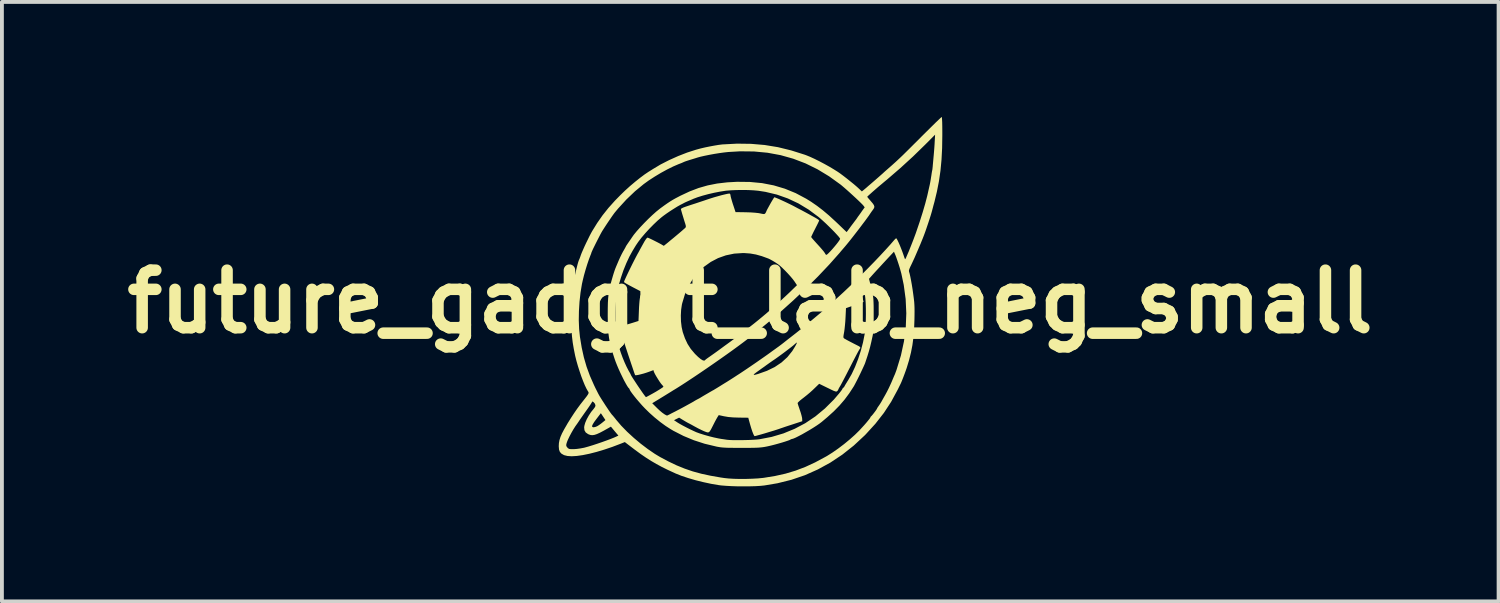
<source format=kicad_pcb>
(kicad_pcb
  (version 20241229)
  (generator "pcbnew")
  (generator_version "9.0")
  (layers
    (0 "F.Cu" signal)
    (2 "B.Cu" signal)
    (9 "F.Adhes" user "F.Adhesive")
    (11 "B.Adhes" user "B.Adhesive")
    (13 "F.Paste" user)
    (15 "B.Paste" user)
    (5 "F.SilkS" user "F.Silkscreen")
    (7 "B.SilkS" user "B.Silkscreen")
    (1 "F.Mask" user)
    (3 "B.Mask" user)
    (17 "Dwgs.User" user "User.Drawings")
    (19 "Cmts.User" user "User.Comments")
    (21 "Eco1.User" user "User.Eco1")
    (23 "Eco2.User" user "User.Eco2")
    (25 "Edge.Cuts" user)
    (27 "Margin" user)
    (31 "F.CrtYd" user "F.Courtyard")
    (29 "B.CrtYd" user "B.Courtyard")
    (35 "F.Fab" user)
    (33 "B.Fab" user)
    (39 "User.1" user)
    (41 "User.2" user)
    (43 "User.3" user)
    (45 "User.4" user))
  (footprint "future_gadget_lab_neg_small"
    (layer "F.Cu")
    (at 16.514 4.817)
    (property "Reference" "future_gadget_lab_neg_small" (at 0 0 0) (layer "F.SilkS") (effects (font (size 1.5 1.5) (thickness 0.3))))
    (attr board_only exclude_from_pos_files exclude_from_bom)
    (fp_poly (pts (xy 4.998 -4.801) (xy 5.002 -4.754) (xy 5.006 -4.676) (xy 5.008 -4.569) (xy 5.009 -4.434) (xy 5.009 -4.331) (xy 5.004 -4.004) (xy 4.988 -3.701) (xy 4.961 -3.416) (xy 4.921 -3.141) (xy 4.868 -2.87) (xy 4.802 -2.596) (xy 4.799 -2.586) (xy 4.779 -2.514) (xy 4.76 -2.442) (xy 4.745 -2.385) (xy 4.745 -2.384) (xy 4.727 -2.32) (xy 4.705 -2.246) (xy 4.677 -2.158) (xy 4.642 -2.051) (xy 4.598 -1.921) (xy 4.575 -1.854) (xy 4.556 -1.801) (xy 4.529 -1.728) (xy 4.497 -1.646) (xy 4.464 -1.566) (xy 4.436 -1.496) (xy 4.431 -1.485) (xy 4.418 -1.455) (xy 4.397 -1.406) (xy 4.372 -1.346) (xy 4.366 -1.333) (xy 4.287 -1.15) (xy 4.209 -0.982) (xy 4.174 -0.91) (xy 4.149 -0.852) (xy 4.138 -0.812) (xy 4.141 -0.782) (xy 4.143 -0.777) (xy 4.157 -0.729) (xy 4.174 -0.655) (xy 4.193 -0.559) (xy 4.213 -0.447) (xy 4.233 -0.323) (xy 4.251 -0.194) (xy 4.255 -0.164) (xy 4.267 -0.073) (xy 4.276 0.007) (xy 4.281 0.083) (xy 4.284 0.163) (xy 4.285 0.253) (xy 4.284 0.361) (xy 4.282 0.478) (xy 4.273 0.716) (xy 4.256 0.932) (xy 4.229 1.133) (xy 4.191 1.329) (xy 4.141 1.528) (xy 4.077 1.738) (xy 4.075 1.742) (xy 4.055 1.8) (xy 4.029 1.872) (xy 4 1.949) (xy 3.971 2.024) (xy 3.945 2.088) (xy 3.925 2.134) (xy 3.918 2.148) (xy 3.905 2.174) (xy 3.882 2.221) (xy 3.853 2.28) (xy 3.838 2.309) (xy 3.674 2.612) (xy 3.484 2.902) (xy 3.265 3.182) (xy 3.017 3.454) (xy 2.987 3.485) (xy 2.7 3.752) (xy 2.401 3.989) (xy 2.09 4.196) (xy 1.765 4.374) (xy 1.428 4.524) (xy 1.076 4.644) (xy 0.711 4.735) (xy 0.373 4.792) (xy 0.266 4.803) (xy 0.134 4.811) (xy -0.014 4.815) (xy -0.173 4.816) (xy -0.334 4.815) (xy -0.489 4.81) (xy -0.632 4.802) (xy -0.756 4.792) (xy -0.819 4.784) (xy -1.018 4.75) (xy -1.223 4.706) (xy -1.425 4.656) (xy -1.619 4.599) (xy -1.796 4.54) (xy -1.949 4.479) (xy -1.972 4.468) (xy -2.148 4.387) (xy -2.304 4.31) (xy -2.446 4.233) (xy -2.582 4.154) (xy -2.716 4.069) (xy -2.856 3.973) (xy -3.006 3.863) (xy -3.174 3.735) (xy -3.182 3.729) (xy -3.27 3.661) (xy -3.373 3.702) (xy -3.594 3.786) (xy -3.807 3.858) (xy -4.008 3.918) (xy -4.196 3.966) (xy -4.368 4.001) (xy -4.522 4.023) (xy -4.655 4.031) (xy -4.765 4.024) (xy -4.85 4.003) (xy -4.858 4) (xy -4.923 3.963) (xy -4.964 3.917) (xy -4.986 3.857) (xy -4.993 3.774) (xy -4.993 3.766) (xy -4.992 3.742) (xy -4.799 3.742) (xy -4.793 3.768) (xy -4.784 3.785) (xy -4.753 3.821) (xy -4.72 3.84) (xy -4.672 3.846) (xy -4.601 3.846) (xy -4.515 3.839) (xy -4.424 3.826) (xy -4.334 3.809) (xy -4.311 3.803) (xy -4.221 3.778) (xy -4.113 3.745) (xy -3.994 3.706) (xy -3.871 3.664) (xy -3.751 3.621) (xy -3.641 3.58) (xy -3.549 3.543) (xy -3.489 3.516) (xy -3.438 3.492) (xy -3.536 3.376) (xy -3.633 3.259) (xy -3.707 3.301) (xy -3.825 3.367) (xy -3.92 3.417) (xy -3.997 3.452) (xy -4.06 3.473) (xy -4.112 3.481) (xy -4.159 3.478) (xy -4.203 3.464) (xy -4.229 3.453) (xy -4.29 3.41) (xy -4.323 3.353) (xy -4.331 3.278) (xy -4.326 3.24) (xy -4.124 3.24) (xy -4.12 3.265) (xy -4.096 3.275) (xy -4.085 3.275) (xy -4.043 3.268) (xy -3.995 3.25) (xy -3.993 3.249) (xy -3.953 3.224) (xy -3.901 3.188) (xy -3.859 3.155) (xy -3.776 3.087) (xy -3.835 2.998) (xy -3.895 2.908) (xy -4.011 3.059) (xy -4.07 3.139) (xy -4.107 3.199) (xy -4.124 3.24) (xy -4.326 3.24) (xy -4.326 3.239) (xy -4.304 3.16) (xy -4.264 3.067) (xy -4.21 2.969) (xy -4.148 2.875) (xy -4.082 2.794) (xy -4.045 2.743) (xy -4.036 2.701) (xy -4.053 2.658) (xy -4.057 2.652) (xy -4.087 2.619) (xy -4.112 2.604) (xy -4.125 2.609) (xy -4.126 2.615) (xy -4.135 2.634) (xy -4.16 2.673) (xy -4.197 2.729) (xy -4.243 2.795) (xy -4.267 2.829) (xy -4.321 2.905) (xy -4.373 2.979) (xy -4.417 3.042) (xy -4.449 3.088) (xy -4.456 3.099) (xy -4.485 3.142) (xy -4.508 3.176) (xy -4.516 3.187) (xy -4.561 3.25) (xy -4.613 3.332) (xy -4.666 3.424) (xy -4.715 3.517) (xy -4.755 3.601) (xy -4.778 3.658) (xy -4.794 3.709) (xy -4.799 3.742) (xy -4.992 3.742) (xy -4.989 3.689) (xy -4.975 3.611) (xy -4.949 3.528) (xy -4.909 3.436) (xy -4.853 3.33) (xy -4.78 3.204) (xy -4.763 3.174) (xy -4.673 3.03) (xy -4.592 2.906) (xy -4.514 2.793) (xy -4.433 2.683) (xy -4.375 2.609) (xy -4.312 2.529) (xy -4.266 2.47) (xy -4.237 2.428) (xy -4.22 2.398) (xy -4.215 2.376) (xy -4.218 2.358) (xy -4.229 2.34) (xy -4.234 2.333) (xy -4.271 2.268) (xy -4.314 2.178) (xy -4.359 2.069) (xy -4.406 1.945) (xy -4.451 1.812) (xy -4.494 1.677) (xy -4.532 1.544) (xy -4.563 1.42) (xy -4.568 1.397) (xy -4.602 1.226) (xy -4.629 1.066) (xy -4.648 0.908) (xy -4.661 0.745) (xy -4.669 0.568) (xy -4.67 0.485) (xy -4.471 0.485) (xy -4.462 0.712) (xy -4.441 0.915) (xy -4.395 1.196) (xy -4.338 1.454) (xy -4.267 1.698) (xy -4.18 1.935) (xy -4.075 2.173) (xy -4.037 2.253) (xy -3.998 2.33) (xy -3.97 2.386) (xy -3.946 2.431) (xy -3.922 2.473) (xy -3.893 2.519) (xy -3.855 2.58) (xy -3.826 2.624) (xy -3.774 2.705) (xy -3.723 2.781) (xy -3.677 2.85) (xy -3.638 2.905) (xy -3.611 2.941) (xy -3.599 2.954) (xy -3.585 2.969) (xy -3.556 3.004) (xy -3.517 3.052) (xy -3.493 3.083) (xy -3.363 3.235) (xy -3.209 3.393) (xy -3.037 3.551) (xy -2.856 3.703) (xy -2.67 3.844) (xy -2.487 3.969) (xy -2.352 4.05) (xy -2.132 4.167) (xy -1.92 4.268) (xy -1.711 4.353) (xy -1.498 4.426) (xy -1.274 4.487) (xy -1.033 4.539) (xy -0.769 4.585) (xy -0.674 4.599) (xy -0.561 4.611) (xy -0.423 4.619) (xy -0.27 4.623) (xy -0.11 4.622) (xy 0.048 4.617) (xy 0.198 4.609) (xy 0.33 4.596) (xy 0.355 4.593) (xy 0.649 4.545) (xy 0.922 4.484) (xy 1.182 4.406) (xy 1.437 4.309) (xy 1.692 4.191) (xy 1.957 4.049) (xy 2.005 4.022) (xy 2.143 3.935) (xy 2.294 3.83) (xy 2.447 3.714) (xy 2.595 3.592) (xy 2.73 3.472) (xy 2.843 3.361) (xy 2.91 3.288) (xy 2.975 3.217) (xy 3.033 3.15) (xy 3.08 3.093) (xy 3.114 3.05) (xy 3.13 3.024) (xy 3.131 3.021) (xy 3.143 2.998) (xy 3.151 2.991) (xy 3.169 2.973) (xy 3.199 2.938) (xy 3.233 2.894) (xy 3.267 2.849) (xy 3.293 2.811) (xy 3.307 2.788) (xy 3.307 2.785) (xy 3.316 2.767) (xy 3.338 2.735) (xy 3.346 2.724) (xy 3.381 2.673) (xy 3.414 2.62) (xy 3.416 2.617) (xy 3.437 2.579) (xy 3.469 2.522) (xy 3.507 2.455) (xy 3.529 2.416) (xy 3.571 2.338) (xy 3.618 2.244) (xy 3.662 2.148) (xy 3.686 2.095) (xy 3.716 2.023) (xy 3.743 1.959) (xy 3.764 1.911) (xy 3.775 1.887) (xy 3.787 1.854) (xy 3.806 1.804) (xy 3.819 1.766) (xy 3.93 1.401) (xy 4.009 1.035) (xy 4.056 0.668) (xy 4.07 0.301) (xy 4.053 -0.068) (xy 4.003 -0.438) (xy 3.941 -0.731) (xy 3.922 -0.801) (xy 3.897 -0.889) (xy 3.867 -0.984) (xy 3.836 -1.077) (xy 3.807 -1.16) (xy 3.783 -1.223) (xy 3.778 -1.233) (xy 3.748 -1.303) (xy 3.652 -1.201) (xy 3.598 -1.143) (xy 3.531 -1.071) (xy 3.456 -0.99) (xy 3.378 -0.905) (xy 3.303 -0.824) (xy 3.236 -0.751) (xy 3.182 -0.691) (xy 3.157 -0.663) (xy 3.097 -0.596) (xy 3.129 -0.471) (xy 3.156 -0.368) (xy 3.176 -0.282) (xy 3.192 -0.208) (xy 3.203 -0.139) (xy 3.211 -0.068) (xy 3.215 0.01) (xy 3.218 0.102) (xy 3.219 0.215) (xy 3.219 0.337) (xy 3.219 0.475) (xy 3.217 0.587) (xy 3.215 0.675) (xy 3.211 0.747) (xy 3.206 0.806) (xy 3.198 0.858) (xy 3.19 0.899) (xy 3.157 1.05) (xy 3.126 1.18) (xy 3.093 1.299) (xy 3.057 1.417) (xy 3.014 1.546) (xy 2.994 1.606) (xy 2.977 1.646) (xy 2.949 1.708) (xy 2.913 1.785) (xy 2.872 1.872) (xy 2.828 1.962) (xy 2.785 2.048) (xy 2.746 2.123) (xy 2.715 2.182) (xy 2.698 2.212) (xy 2.582 2.39) (xy 2.46 2.554) (xy 2.327 2.709) (xy 2.178 2.861) (xy 2.007 3.015) (xy 1.862 3.137) (xy 1.803 3.182) (xy 1.727 3.234) (xy 1.64 3.29) (xy 1.545 3.348) (xy 1.448 3.404) (xy 1.354 3.458) (xy 1.266 3.504) (xy 1.191 3.542) (xy 1.131 3.568) (xy 1.093 3.58) (xy 1.088 3.58) (xy 1.057 3.59) (xy 1.051 3.595) (xy 1.027 3.608) (xy 0.977 3.626) (xy 0.908 3.649) (xy 0.824 3.675) (xy 0.733 3.701) (xy 0.639 3.727) (xy 0.549 3.75) (xy 0.467 3.769) (xy 0.434 3.776) (xy 0.377 3.787) (xy 0.325 3.795) (xy 0.272 3.801) (xy 0.213 3.806) (xy 0.143 3.809) (xy 0.057 3.811) (xy -0.048 3.812) (xy -0.18 3.812) (xy -0.233 3.812) (xy -0.374 3.812) (xy -0.488 3.811) (xy -0.579 3.81) (xy -0.653 3.807) (xy -0.714 3.803) (xy -0.767 3.798) (xy -0.817 3.79) (xy -0.869 3.781) (xy -0.891 3.776) (xy -1.191 3.704) (xy -1.471 3.613) (xy -1.739 3.502) (xy -2.003 3.367) (xy -2.079 3.322) (xy -2.208 3.239) (xy -2.348 3.137) (xy -2.404 3.091) (xy -1.988 3.091) (xy -1.889 3.156) (xy -1.832 3.19) (xy -1.754 3.233) (xy -1.664 3.28) (xy -1.571 3.327) (xy -1.482 3.369) (xy -1.408 3.403) (xy -1.405 3.404) (xy -1.312 3.438) (xy -1.197 3.474) (xy -1.071 3.51) (xy -0.945 3.541) (xy -0.828 3.566) (xy -0.755 3.579) (xy -0.69 3.588) (xy -0.633 3.597) (xy -0.596 3.602) (xy -0.594 3.602) (xy -0.539 3.607) (xy -0.459 3.61) (xy -0.36 3.611) (xy -0.249 3.611) (xy -0.134 3.609) (xy -0.021 3.606) (xy 0.083 3.601) (xy 0.171 3.595) (xy 0.237 3.588) (xy 0.239 3.588) (xy 0.56 3.526) (xy 0.867 3.435) (xy 1.159 3.315) (xy 1.437 3.168) (xy 1.7 2.991) (xy 1.947 2.786) (xy 2.18 2.554) (xy 2.312 2.4) (xy 2.354 2.347) (xy 2.387 2.303) (xy 2.405 2.273) (xy 2.408 2.265) (xy 2.418 2.248) (xy 2.422 2.248) (xy 2.439 2.235) (xy 2.455 2.212) (xy 2.473 2.178) (xy 2.496 2.14) (xy 2.527 2.089) (xy 2.554 2.047) (xy 2.646 1.887) (xy 2.733 1.701) (xy 2.813 1.497) (xy 2.883 1.282) (xy 2.941 1.062) (xy 2.984 0.845) (xy 2.985 0.835) (xy 2.998 0.732) (xy 3.008 0.607) (xy 3.014 0.467) (xy 3.016 0.321) (xy 3.015 0.176) (xy 3.011 0.04) (xy 3.003 -0.079) (xy 2.992 -0.169) (xy 2.98 -0.243) (xy 2.969 -0.315) (xy 2.96 -0.372) (xy 2.958 -0.385) (xy 2.946 -0.456) (xy 2.892 -0.408) (xy 2.837 -0.359) (xy 2.896 -0.186) (xy 2.919 -0.116) (xy 2.938 -0.057) (xy 2.95 -0.017) (xy 2.954 -0.001) (xy 2.948 0.008) (xy 2.926 0.019) (xy 2.885 0.035) (xy 2.82 0.058) (xy 2.754 0.081) (xy 2.702 0.098) (xy 2.637 0.12) (xy 2.593 0.135) (xy 2.497 0.169) (xy 2.485 0.417) (xy 2.479 0.517) (xy 2.47 0.619) (xy 2.46 0.712) (xy 2.45 0.786) (xy 2.447 0.802) (xy 2.435 0.868) (xy 2.43 0.91) (xy 2.431 0.934) (xy 2.439 0.949) (xy 2.45 0.959) (xy 2.474 0.973) (xy 2.52 0.999) (xy 2.582 1.032) (xy 2.651 1.068) (xy 2.723 1.105) (xy 2.79 1.139) (xy 2.838 1.163) (xy 2.869 1.188) (xy 2.869 1.216) (xy 2.859 1.229) (xy 2.849 1.243) (xy 2.832 1.271) (xy 2.808 1.314) (xy 2.775 1.376) (xy 2.732 1.458) (xy 2.678 1.562) (xy 2.612 1.692) (xy 2.561 1.79) (xy 2.509 1.892) (xy 2.459 1.988) (xy 2.414 2.074) (xy 2.377 2.144) (xy 2.35 2.193) (xy 2.339 2.211) (xy 2.314 2.253) (xy 2.299 2.284) (xy 2.296 2.293) (xy 2.285 2.314) (xy 2.268 2.332) (xy 2.255 2.341) (xy 2.239 2.344) (xy 2.214 2.338) (xy 2.175 2.324) (xy 2.119 2.298) (xy 2.04 2.259) (xy 2.019 2.249) (xy 1.798 2.141) (xy 1.698 2.238) (xy 1.624 2.309) (xy 1.554 2.372) (xy 1.48 2.434) (xy 1.392 2.504) (xy 1.35 2.536) (xy 1.299 2.577) (xy 1.26 2.613) (xy 1.239 2.637) (xy 1.236 2.643) (xy 1.241 2.666) (xy 1.255 2.712) (xy 1.276 2.773) (xy 1.293 2.824) (xy 1.318 2.898) (xy 1.338 2.969) (xy 1.351 3.026) (xy 1.354 3.051) (xy 1.357 3.117) (xy 1.092 3.204) (xy 0.999 3.234) (xy 0.911 3.263) (xy 0.836 3.289) (xy 0.779 3.308) (xy 0.755 3.317) (xy 0.691 3.338) (xy 0.623 3.36) (xy 0.606 3.365) (xy 0.54 3.385) (xy 0.47 3.406) (xy 0.454 3.411) (xy 0.369 3.437) (xy 0.286 3.461) (xy 0.213 3.481) (xy 0.156 3.497) (xy 0.121 3.505) (xy 0.115 3.506) (xy 0.1 3.492) (xy 0.08 3.45) (xy 0.054 3.384) (xy 0.025 3.296) (xy -0.006 3.191) (xy -0.027 3.115) (xy -0.051 3.026) (xy -0.294 3.023) (xy -0.446 3.018) (xy -0.572 3.007) (xy -0.677 2.989) (xy -0.679 2.989) (xy -0.821 2.958) (xy -0.858 3.016) (xy -0.884 3.062) (xy -0.917 3.122) (xy -0.946 3.179) (xy -0.99 3.266) (xy -1.022 3.328) (xy -1.047 3.369) (xy -1.067 3.394) (xy -1.084 3.406) (xy -1.103 3.409) (xy -1.114 3.409) (xy -1.149 3.399) (xy -1.206 3.377) (xy -1.277 3.344) (xy -1.358 3.304) (xy -1.44 3.26) (xy -1.485 3.235) (xy -1.537 3.206) (xy -1.586 3.18) (xy -1.598 3.174) (xy -1.635 3.155) (xy -1.689 3.124) (xy -1.747 3.089) (xy -1.75 3.088) (xy -1.854 3.024) (xy -1.921 3.057) (xy -1.988 3.091) (xy -2.404 3.091) (xy -2.491 3.021) (xy -2.628 2.899) (xy -2.746 2.783) (xy -2.819 2.706) (xy -2.87 2.648) (xy -2.556 2.648) (xy -2.429 2.775) (xy -2.361 2.839) (xy -2.296 2.894) (xy -2.237 2.936) (xy -2.191 2.962) (xy -2.168 2.969) (xy -2.15 2.962) (xy -2.115 2.945) (xy -2.103 2.939) (xy -2.058 2.915) (xy -1.999 2.885) (xy -1.951 2.861) (xy -1.904 2.836) (xy -1.84 2.803) (xy -1.765 2.763) (xy -1.686 2.72) (xy -1.608 2.677) (xy -1.539 2.639) (xy -1.484 2.608) (xy -1.45 2.587) (xy -1.445 2.584) (xy -1.414 2.566) (xy -1.373 2.544) (xy -1.332 2.523) (xy -1.301 2.505) (xy -1.272 2.487) (xy -1.227 2.46) (xy -1.171 2.427) (xy -1.112 2.393) (xy -1.056 2.36) (xy -1.009 2.333) (xy -0.979 2.316) (xy -0.971 2.312) (xy -0.956 2.304) (xy -0.92 2.282) (xy -0.867 2.25) (xy -0.802 2.21) (xy -0.73 2.165) (xy -0.657 2.12) (xy -0.587 2.077) (xy -0.527 2.039) (xy -0.48 2.009) (xy -0.466 2) (xy -0.43 1.977) (xy -0.375 1.941) (xy -0.314 1.901) (xy 0.091 1.901) (xy 0.096 1.91) (xy 0.127 1.906) (xy 0.183 1.891) (xy 0.207 1.884) (xy 0.436 1.803) (xy 0.639 1.704) (xy 0.816 1.585) (xy 0.969 1.446) (xy 1.096 1.288) (xy 1.171 1.166) (xy 1.202 1.108) (xy 1.216 1.075) (xy 1.214 1.065) (xy 1.195 1.078) (xy 1.168 1.102) (xy 1.128 1.137) (xy 1.067 1.186) (xy 0.99 1.245) (xy 0.905 1.31) (xy 0.816 1.376) (xy 0.728 1.44) (xy 0.648 1.497) (xy 0.581 1.542) (xy 0.578 1.544) (xy 0.547 1.566) (xy 0.498 1.6) (xy 0.441 1.641) (xy 0.425 1.652) (xy 0.361 1.699) (xy 0.294 1.746) (xy 0.239 1.786) (xy 0.233 1.79) (xy 0.159 1.843) (xy 0.112 1.879) (xy 0.091 1.901) (xy -0.314 1.901) (xy -0.308 1.898) (xy -0.241 1.854) (xy -0.166 1.804) (xy -0.072 1.741) (xy 0.035 1.668) (xy 0.149 1.59) (xy 0.262 1.511) (xy 0.367 1.438) (xy 0.459 1.373) (xy 0.52 1.329) (xy 0.58 1.285) (xy 0.649 1.236) (xy 0.69 1.206) (xy 0.75 1.163) (xy 0.819 1.111) (xy 0.877 1.066) (xy 0.931 1.023) (xy 1.001 0.968) (xy 1.076 0.91) (xy 1.131 0.867) (xy 1.2 0.813) (xy 1.283 0.747) (xy 1.376 0.671) (xy 1.475 0.59) (xy 1.578 0.505) (xy 1.679 0.421) (xy 1.775 0.341) (xy 1.863 0.267) (xy 1.938 0.203) (xy 1.996 0.152) (xy 2.034 0.117) (xy 2.039 0.112) (xy 2.064 0.089) (xy 2.108 0.048) (xy 2.167 -0.005) (xy 2.235 -0.067) (xy 2.303 -0.128) (xy 2.438 -0.252) (xy 2.587 -0.393) (xy 2.745 -0.546) (xy 2.908 -0.708) (xy 3.073 -0.874) (xy 3.234 -1.039) (xy 3.388 -1.201) (xy 3.53 -1.354) (xy 3.656 -1.493) (xy 3.757 -1.61) (xy 3.785 -1.639) (xy 3.805 -1.653) (xy 3.807 -1.654) (xy 3.82 -1.639) (xy 3.842 -1.6) (xy 3.87 -1.541) (xy 3.902 -1.468) (xy 3.935 -1.386) (xy 3.968 -1.3) (xy 3.998 -1.215) (xy 4.014 -1.168) (xy 4.027 -1.13) (xy 4.038 -1.109) (xy 4.04 -1.108) (xy 4.05 -1.121) (xy 4.067 -1.154) (xy 4.072 -1.168) (xy 4.095 -1.221) (xy 4.117 -1.272) (xy 4.119 -1.276) (xy 4.136 -1.315) (xy 4.16 -1.377) (xy 4.191 -1.454) (xy 4.224 -1.538) (xy 4.257 -1.623) (xy 4.286 -1.701) (xy 4.31 -1.765) (xy 4.319 -1.79) (xy 4.415 -2.072) (xy 4.496 -2.327) (xy 4.563 -2.556) (xy 4.615 -2.756) (xy 4.631 -2.826) (xy 4.648 -2.902) (xy 4.666 -2.982) (xy 4.68 -3.043) (xy 4.693 -3.107) (xy 4.707 -3.187) (xy 4.719 -3.266) (xy 4.721 -3.275) (xy 4.73 -3.338) (xy 4.738 -3.388) (xy 4.743 -3.416) (xy 4.745 -3.42) (xy 4.749 -3.44) (xy 4.754 -3.482) (xy 4.76 -3.54) (xy 4.76 -3.549) (xy 4.767 -3.623) (xy 4.775 -3.712) (xy 4.783 -3.8) (xy 4.785 -3.821) (xy 4.792 -3.904) (xy 4.8 -4.004) (xy 4.807 -4.106) (xy 4.81 -4.164) (xy 4.821 -4.355) (xy 4.558 -4.091) (xy 4.245 -3.786) (xy 3.917 -3.486) (xy 3.567 -3.184) (xy 3.493 -3.123) (xy 3.416 -3.058) (xy 3.337 -2.992) (xy 3.261 -2.926) (xy 3.191 -2.865) (xy 3.132 -2.812) (xy 3.086 -2.771) (xy 3.058 -2.744) (xy 3.051 -2.735) (xy 3.061 -2.72) (xy 3.087 -2.688) (xy 3.126 -2.644) (xy 3.139 -2.628) (xy 3.193 -2.565) (xy 3.225 -2.518) (xy 3.237 -2.479) (xy 3.23 -2.443) (xy 3.205 -2.404) (xy 3.2 -2.397) (xy 3.164 -2.348) (xy 3.131 -2.3) (xy 3.123 -2.288) (xy 3.096 -2.247) (xy 3.051 -2.185) (xy 2.994 -2.107) (xy 2.926 -2.017) (xy 2.853 -1.92) (xy 2.776 -1.82) (xy 2.7 -1.722) (xy 2.628 -1.63) (xy 2.563 -1.549) (xy 2.509 -1.483) (xy 2.484 -1.453) (xy 2.456 -1.42) (xy 2.414 -1.371) (xy 2.364 -1.313) (xy 2.334 -1.276) (xy 2.064 -0.972) (xy 1.769 -0.66) (xy 1.453 -0.345) (xy 1.12 -0.031) (xy 0.776 0.278) (xy 0.424 0.577) (xy 0.177 0.777) (xy 0.117 0.825) (xy 0.064 0.867) (xy 0.024 0.899) (xy 0.008 0.912) (xy -0.077 0.981) (xy -0.186 1.064) (xy -0.314 1.159) (xy -0.459 1.265) (xy -0.617 1.378) (xy -0.784 1.496) (xy -0.956 1.616) (xy -1.13 1.736) (xy -1.303 1.854) (xy -1.471 1.967) (xy -1.63 2.072) (xy -1.777 2.168) (xy -1.908 2.251) (xy -1.97 2.289) (xy -2.007 2.311) (xy -2.061 2.345) (xy -2.124 2.384) (xy -2.155 2.403) (xy -2.234 2.452) (xy -2.324 2.507) (xy -2.407 2.558) (xy -2.422 2.567) (xy -2.556 2.648) (xy -2.87 2.648) (xy -2.891 2.624) (xy -2.961 2.543) (xy -3.024 2.465) (xy -3.077 2.396) (xy -3.118 2.339) (xy -3.142 2.298) (xy -3.147 2.282) (xy -3.158 2.262) (xy -3.16 2.261) (xy -3.18 2.241) (xy -3.21 2.196) (xy -3.248 2.13) (xy -3.292 2.049) (xy -3.338 1.956) (xy -3.386 1.857) (xy -3.432 1.756) (xy -3.474 1.657) (xy -3.51 1.566) (xy -3.536 1.493) (xy -3.587 1.335) (xy -3.628 1.196) (xy -3.659 1.07) (xy -3.682 0.948) (xy -3.698 0.824) (xy -3.709 0.691) (xy -3.714 0.541) (xy -3.716 0.377) (xy -3.508 0.377) (xy -3.507 0.531) (xy -3.504 0.659) (xy -3.498 0.767) (xy -3.489 0.863) (xy -3.476 0.953) (xy -3.457 1.043) (xy -3.433 1.139) (xy -3.413 1.212) (xy -3.376 1.327) (xy -3.33 1.453) (xy -3.278 1.58) (xy -3.224 1.698) (xy -3.173 1.797) (xy -3.162 1.816) (xy -3.136 1.861) (xy -3.119 1.893) (xy -3.115 1.904) (xy -3.106 1.923) (xy -3.083 1.962) (xy -3.047 2.018) (xy -3.003 2.085) (xy -2.954 2.16) (xy -2.902 2.237) (xy -2.851 2.311) (xy -2.805 2.378) (xy -2.765 2.433) (xy -2.736 2.471) (xy -2.721 2.488) (xy -2.72 2.489) (xy -2.703 2.482) (xy -2.667 2.463) (xy -2.632 2.444) (xy -2.545 2.396) (xy -2.462 2.349) (xy -2.388 2.304) (xy -2.328 2.266) (xy -2.285 2.237) (xy -2.265 2.219) (xy -2.264 2.217) (xy -2.274 2.198) (xy -2.3 2.168) (xy -2.305 2.163) (xy -2.332 2.13) (xy -2.369 2.077) (xy -2.409 2.014) (xy -2.449 1.949) (xy -2.484 1.888) (xy -2.507 1.84) (xy -2.515 1.82) (xy -2.524 1.785) (xy -2.623 1.822) (xy -2.7 1.849) (xy -2.779 1.874) (xy -2.855 1.894) (xy -2.921 1.91) (xy -2.971 1.918) (xy -2.998 1.918) (xy -3.001 1.917) (xy -3.008 1.899) (xy -3.024 1.856) (xy -3.046 1.79) (xy -3.074 1.707) (xy -3.107 1.61) (xy -3.142 1.504) (xy -3.179 1.394) (xy -3.216 1.282) (xy -3.251 1.175) (xy -3.283 1.076) (xy -3.311 0.989) (xy -3.333 0.918) (xy -3.341 0.893) (xy -3.361 0.821) (xy -3.377 0.754) (xy -3.388 0.699) (xy -3.392 0.663) (xy -3.39 0.652) (xy -3.371 0.645) (xy -3.329 0.632) (xy -3.27 0.613) (xy -3.235 0.603) (xy -3.159 0.579) (xy -3.082 0.556) (xy -3.018 0.536) (xy -3.002 0.531) (xy -2.914 0.503) (xy -2.908 0.361) (xy -1.81 0.361) (xy -1.806 0.514) (xy -1.789 0.66) (xy -1.761 0.787) (xy -1.761 0.789) (xy -1.702 0.957) (xy -1.634 1.102) (xy -1.551 1.231) (xy -1.448 1.353) (xy -1.439 1.363) (xy -1.359 1.441) (xy -1.291 1.497) (xy -1.237 1.53) (xy -1.199 1.538) (xy -1.18 1.526) (xy -1.164 1.51) (xy -1.127 1.482) (xy -1.078 1.447) (xy -1.063 1.437) (xy -0.995 1.389) (xy -0.92 1.336) (xy -0.859 1.292) (xy -0.8 1.249) (xy -0.728 1.196) (xy -0.656 1.143) (xy -0.635 1.128) (xy -0.54 1.059) (xy -0.464 1.003) (xy -0.398 0.954) (xy -0.337 0.908) (xy -0.271 0.858) (xy -0.194 0.798) (xy -0.169 0.779) (xy -0.075 0.706) (xy -0.000499 0.648) (xy 0.06 0.601) (xy 0.111 0.561) (xy 0.159 0.522) (xy 0.211 0.48) (xy 0.27 0.431) (xy 0.315 0.394) (xy 0.419 0.307) (xy 0.538 0.203) (xy 0.666 0.09) (xy 0.796 -0.028) (xy 0.92 -0.143) (xy 1.033 -0.249) (xy 1.079 -0.294) (xy 1.219 -0.43) (xy 1.151 -0.532) (xy 1.11 -0.587) (xy 1.051 -0.657) (xy 0.981 -0.735) (xy 0.907 -0.812) (xy 0.835 -0.883) (xy 0.771 -0.941) (xy 0.763 -0.948) (xy 0.714 -0.984) (xy 0.65 -1.027) (xy 0.581 -1.069) (xy 0.517 -1.104) (xy 0.473 -1.125) (xy 0.303 -1.187) (xy 0.149 -1.23) (xy 0.002 -1.256) (xy -0.147 -1.267) (xy -0.193 -1.268) (xy -0.42 -1.253) (xy -0.636 -1.208) (xy -0.839 -1.136) (xy -1.028 -1.037) (xy -1.202 -0.913) (xy -1.358 -0.765) (xy -1.494 -0.595) (xy -1.61 -0.404) (xy -1.703 -0.194) (xy -1.772 0.035) (xy -1.782 0.076) (xy -1.802 0.211) (xy -1.81 0.361) (xy -2.908 0.361) (xy -2.903 0.232) (xy -2.899 0.138) (xy -2.893 0.052) (xy -2.887 -0.019) (xy -2.881 -0.07) (xy -2.878 -0.088) (xy -2.868 -0.136) (xy -2.864 -0.194) (xy -2.864 -0.206) (xy -2.866 -0.275) (xy -3.043 -0.367) (xy -3.135 -0.416) (xy -3.202 -0.453) (xy -3.248 -0.479) (xy -3.276 -0.497) (xy -3.289 -0.51) (xy -3.291 -0.517) (xy -3.285 -0.537) (xy -3.266 -0.582) (xy -3.237 -0.645) (xy -3.201 -0.722) (xy -3.16 -0.807) (xy -3.116 -0.897) (xy -3.072 -0.986) (xy -3.03 -1.069) (xy -2.993 -1.141) (xy -2.964 -1.196) (xy -2.941 -1.239) (xy -2.907 -1.299) (xy -2.87 -1.369) (xy -2.85 -1.405) (xy -2.796 -1.503) (xy -2.755 -1.576) (xy -2.723 -1.625) (xy -2.7 -1.655) (xy -2.683 -1.669) (xy -2.677 -1.67) (xy -2.655 -1.663) (xy -2.612 -1.644) (xy -2.554 -1.616) (xy -2.488 -1.583) (xy -2.419 -1.548) (xy -2.356 -1.515) (xy -2.304 -1.486) (xy -2.303 -1.485) (xy -2.254 -1.456) (xy -2.158 -1.533) (xy -2.079 -1.599) (xy -1.997 -1.666) (xy -1.916 -1.734) (xy -1.842 -1.796) (xy -1.778 -1.851) (xy -1.728 -1.895) (xy -1.696 -1.923) (xy -1.688 -1.932) (xy -1.679 -1.952) (xy -1.681 -1.984) (xy -1.695 -2.035) (xy -1.7 -2.049) (xy -1.722 -2.119) (xy -1.748 -2.205) (xy -1.775 -2.293) (xy -1.797 -2.371) (xy -1.806 -2.402) (xy -1.807 -2.414) (xy -1.8 -2.426) (xy -1.781 -2.438) (xy -1.747 -2.454) (xy -1.694 -2.474) (xy -1.617 -2.5) (xy -1.53 -2.529) (xy -1.43 -2.561) (xy -1.332 -2.594) (xy -1.244 -2.623) (xy -1.172 -2.647) (xy -1.132 -2.661) (xy -1.038 -2.692) (xy -0.939 -2.723) (xy -0.84 -2.751) (xy -0.746 -2.777) (xy -0.664 -2.797) (xy -0.597 -2.812) (xy -0.552 -2.819) (xy -0.534 -2.819) (xy -0.519 -2.798) (xy -0.514 -2.77) (xy -0.509 -2.74) (xy -0.495 -2.687) (xy -0.475 -2.618) (xy -0.451 -2.54) (xy -0.448 -2.533) (xy -0.383 -2.336) (xy -0.123 -2.332) (xy 0.009 -2.328) (xy 0.124 -2.32) (xy 0.216 -2.31) (xy 0.254 -2.303) (xy 0.315 -2.29) (xy 0.352 -2.285) (xy 0.373 -2.288) (xy 0.387 -2.298) (xy 0.394 -2.307) (xy 0.412 -2.335) (xy 0.417 -2.349) (xy 0.425 -2.369) (xy 0.445 -2.409) (xy 0.475 -2.464) (xy 0.509 -2.526) (xy 0.545 -2.59) (xy 0.579 -2.647) (xy 0.607 -2.693) (xy 0.625 -2.719) (xy 0.628 -2.723) (xy 0.646 -2.718) (xy 0.686 -2.703) (xy 0.745 -2.678) (xy 0.815 -2.646) (xy 0.892 -2.611) (xy 0.97 -2.574) (xy 1.044 -2.538) (xy 1.108 -2.506) (xy 1.148 -2.485) (xy 1.176 -2.47) (xy 1.224 -2.444) (xy 1.285 -2.412) (xy 1.325 -2.392) (xy 1.394 -2.355) (xy 1.461 -2.319) (xy 1.514 -2.29) (xy 1.533 -2.28) (xy 1.582 -2.252) (xy 1.644 -2.218) (xy 1.698 -2.188) (xy 1.747 -2.159) (xy 1.783 -2.134) (xy 1.798 -2.12) (xy 1.798 -2.119) (xy 1.791 -2.1) (xy 1.772 -2.059) (xy 1.743 -2) (xy 1.707 -1.93) (xy 1.694 -1.903) (xy 1.656 -1.83) (xy 1.625 -1.766) (xy 1.602 -1.717) (xy 1.59 -1.69) (xy 1.59 -1.687) (xy 1.6 -1.67) (xy 1.629 -1.635) (xy 1.672 -1.586) (xy 1.726 -1.526) (xy 1.758 -1.491) (xy 1.819 -1.424) (xy 1.872 -1.363) (xy 1.915 -1.311) (xy 1.941 -1.275) (xy 1.947 -1.265) (xy 1.966 -1.233) (xy 1.985 -1.22) (xy 2.006 -1.232) (xy 2.042 -1.265) (xy 2.088 -1.312) (xy 2.141 -1.37) (xy 2.195 -1.433) (xy 2.247 -1.496) (xy 2.292 -1.554) (xy 2.325 -1.601) (xy 2.342 -1.633) (xy 2.344 -1.64) (xy 2.333 -1.661) (xy 2.302 -1.701) (xy 2.254 -1.754) (xy 2.194 -1.819) (xy 2.124 -1.89) (xy 2.049 -1.964) (xy 1.973 -2.038) (xy 1.898 -2.107) (xy 1.829 -2.169) (xy 1.781 -2.21) (xy 1.523 -2.401) (xy 1.257 -2.562) (xy 0.98 -2.692) (xy 0.694 -2.793) (xy 0.395 -2.864) (xy 0.209 -2.893) (xy 0.089 -2.904) (xy -0.051 -2.911) (xy -0.203 -2.913) (xy -0.356 -2.911) (xy -0.499 -2.905) (xy -0.622 -2.895) (xy -0.642 -2.893) (xy -0.787 -2.87) (xy -0.941 -2.84) (xy -1.096 -2.804) (xy -1.244 -2.764) (xy -1.378 -2.722) (xy -1.489 -2.68) (xy -1.5 -2.674) (xy -1.556 -2.65) (xy -1.614 -2.626) (xy -1.618 -2.624) (xy -1.662 -2.605) (xy -1.697 -2.589) (xy -1.702 -2.587) (xy -1.728 -2.573) (xy -1.772 -2.55) (xy -1.827 -2.522) (xy -1.83 -2.52) (xy -1.902 -2.48) (xy -1.99 -2.425) (xy -2.086 -2.364) (xy -2.18 -2.3) (xy -2.263 -2.24) (xy -2.312 -2.202) (xy -2.415 -2.114) (xy -2.524 -2.01) (xy -2.634 -1.898) (xy -2.74 -1.782) (xy -2.837 -1.668) (xy -2.919 -1.561) (xy -2.983 -1.467) (xy -2.994 -1.448) (xy -3.011 -1.421) (xy -3.038 -1.376) (xy -3.069 -1.325) (xy -3.151 -1.176) (xy -3.231 -1.004) (xy -3.307 -0.817) (xy -3.373 -0.623) (xy -3.426 -0.442) (xy -3.451 -0.34) (xy -3.47 -0.249) (xy -3.485 -0.162) (xy -3.495 -0.072) (xy -3.502 0.027) (xy -3.506 0.141) (xy -3.508 0.277) (xy -3.508 0.377) (xy -3.716 0.377) (xy -3.716 0.368) (xy -3.716 0.337) (xy -3.715 0.172) (xy -3.712 0.031) (xy -3.705 -0.091) (xy -3.693 -0.203) (xy -3.675 -0.31) (xy -3.651 -0.421) (xy -3.619 -0.542) (xy -3.579 -0.68) (xy -3.561 -0.739) (xy -3.541 -0.8) (xy -3.521 -0.857) (xy -3.507 -0.891) (xy -3.492 -0.928) (xy -3.468 -0.984) (xy -3.44 -1.05) (xy -3.428 -1.078) (xy -3.393 -1.156) (xy -3.352 -1.24) (xy -3.314 -1.312) (xy -3.306 -1.324) (xy -3.277 -1.376) (xy -3.254 -1.417) (xy -3.244 -1.438) (xy -3.243 -1.44) (xy -3.235 -1.455) (xy -3.212 -1.49) (xy -3.18 -1.537) (xy -3.175 -1.544) (xy -3.139 -1.596) (xy -3.109 -1.639) (xy -3.091 -1.666) (xy -3.091 -1.667) (xy -3.036 -1.745) (xy -2.961 -1.837) (xy -2.87 -1.939) (xy -2.769 -2.046) (xy -2.663 -2.153) (xy -2.556 -2.255) (xy -2.454 -2.346) (xy -2.36 -2.422) (xy -2.339 -2.438) (xy -2.24 -2.51) (xy -2.16 -2.566) (xy -2.089 -2.613) (xy -2.021 -2.655) (xy -1.948 -2.696) (xy -1.862 -2.741) (xy -1.822 -2.762) (xy -1.583 -2.874) (xy -1.348 -2.964) (xy -1.11 -3.032) (xy -0.863 -3.081) (xy -0.6 -3.112) (xy -0.343 -3.126) (xy -0.009 -3.122) (xy 0.308 -3.092) (xy 0.612 -3.033) (xy 0.904 -2.946) (xy 1.185 -2.831) (xy 1.458 -2.686) (xy 1.59 -2.604) (xy 1.742 -2.499) (xy 1.896 -2.381) (xy 2.056 -2.246) (xy 2.226 -2.09) (xy 2.304 -2.016) (xy 2.513 -1.815) (xy 2.542 -1.851) (xy 2.573 -1.893) (xy 2.598 -1.927) (xy 2.621 -1.96) (xy 2.657 -2.008) (xy 2.697 -2.06) (xy 2.697 -2.061) (xy 2.735 -2.111) (xy 2.767 -2.153) (xy 2.785 -2.18) (xy 2.786 -2.181) (xy 2.807 -2.213) (xy 2.834 -2.249) (xy 2.865 -2.292) (xy 2.89 -2.327) (xy 2.916 -2.366) (xy 2.948 -2.409) (xy 2.949 -2.412) (xy 2.985 -2.46) (xy 2.951 -2.506) (xy 2.926 -2.534) (xy 2.882 -2.578) (xy 2.822 -2.636) (xy 2.752 -2.702) (xy 2.674 -2.774) (xy 2.595 -2.846) (xy 2.518 -2.915) (xy 2.447 -2.977) (xy 2.387 -3.028) (xy 2.354 -3.055) (xy 2.057 -3.269) (xy 1.753 -3.453) (xy 1.442 -3.606) (xy 1.122 -3.728) (xy 0.792 -3.821) (xy 0.451 -3.884) (xy 0.099 -3.917) (xy -0.266 -3.921) (xy -0.574 -3.903) (xy -0.683 -3.891) (xy -0.807 -3.874) (xy -0.938 -3.853) (xy -1.069 -3.829) (xy -1.191 -3.804) (xy -1.297 -3.78) (xy -1.373 -3.759) (xy -1.439 -3.738) (xy -1.518 -3.714) (xy -1.59 -3.692) (xy -1.649 -3.673) (xy -1.696 -3.657) (xy -1.724 -3.646) (xy -1.726 -3.645) (xy -1.748 -3.635) (xy -1.791 -3.616) (xy -1.848 -3.594) (xy -1.862 -3.589) (xy -2.004 -3.528) (xy -2.162 -3.45) (xy -2.327 -3.36) (xy -2.492 -3.261) (xy -2.648 -3.16) (xy -2.779 -3.065) (xy -3.006 -2.878) (xy -3.23 -2.664) (xy -3.447 -2.427) (xy -3.536 -2.32) (xy -3.562 -2.285) (xy -3.602 -2.229) (xy -3.65 -2.159) (xy -3.704 -2.08) (xy -3.758 -1.999) (xy -3.808 -1.922) (xy -3.851 -1.855) (xy -3.857 -1.846) (xy -3.879 -1.808) (xy -3.91 -1.751) (xy -3.946 -1.681) (xy -3.986 -1.603) (xy -4.027 -1.522) (xy -4.065 -1.445) (xy -4.099 -1.376) (xy -4.124 -1.321) (xy -4.139 -1.286) (xy -4.142 -1.276) (xy -4.148 -1.255) (xy -4.162 -1.219) (xy -4.164 -1.215) (xy -4.205 -1.108) (xy -4.249 -0.979) (xy -4.293 -0.837) (xy -4.334 -0.692) (xy -4.368 -0.553) (xy -4.389 -0.458) (xy -4.426 -0.234) (xy -4.452 0.004) (xy -4.467 0.247) (xy -4.471 0.485) (xy -4.67 0.485) (xy -4.672 0.369) (xy -4.672 0.321) (xy -4.671 0.182) (xy -4.67 0.068) (xy -4.668 -0.025) (xy -4.664 -0.105) (xy -4.658 -0.178) (xy -4.65 -0.249) (xy -4.639 -0.325) (xy -4.633 -0.369) (xy -4.617 -0.461) (xy -4.597 -0.563) (xy -4.575 -0.67) (xy -4.551 -0.776) (xy -4.527 -0.876) (xy -4.505 -0.964) (xy -4.485 -1.034) (xy -4.469 -1.08) (xy -4.465 -1.09) (xy -4.452 -1.118) (xy -4.434 -1.166) (xy -4.415 -1.221) (xy -4.395 -1.273) (xy -4.363 -1.347) (xy -4.324 -1.435) (xy -4.279 -1.531) (xy -4.232 -1.627) (xy -4.188 -1.717) (xy -4.148 -1.793) (xy -4.123 -1.838) (xy -3.99 -2.053) (xy -3.851 -2.252) (xy -3.699 -2.443) (xy -3.528 -2.634) (xy -3.387 -2.778) (xy -3.264 -2.897) (xy -3.134 -3.015) (xy -3.001 -3.127) (xy -2.872 -3.23) (xy -2.753 -3.319) (xy -2.649 -3.389) (xy -2.637 -3.396) (xy -2.609 -3.413) (xy -2.565 -3.441) (xy -2.535 -3.46) (xy -2.336 -3.579) (xy -2.114 -3.692) (xy -1.88 -3.797) (xy -1.644 -3.889) (xy -1.414 -3.963) (xy -1.292 -3.996) (xy -1.177 -4.023) (xy -1.055 -4.048) (xy -0.936 -4.07) (xy -0.828 -4.088) (xy -0.74 -4.099) (xy -0.723 -4.101) (xy -0.342 -4.121) (xy 0.022 -4.116) (xy 0.376 -4.086) (xy 0.724 -4.029) (xy 1.07 -3.944) (xy 1.421 -3.833) (xy 1.469 -3.815) (xy 1.562 -3.777) (xy 1.675 -3.725) (xy 1.8 -3.663) (xy 1.931 -3.594) (xy 2.059 -3.523) (xy 2.178 -3.452) (xy 2.282 -3.387) (xy 2.343 -3.345) (xy 2.426 -3.283) (xy 2.518 -3.212) (xy 2.61 -3.138) (xy 2.698 -3.067) (xy 2.772 -3.004) (xy 2.824 -2.957) (xy 2.911 -2.875) (xy 2.955 -2.911) (xy 2.983 -2.934) (xy 3.028 -2.972) (xy 3.085 -3.022) (xy 3.151 -3.078) (xy 3.22 -3.138) (xy 3.289 -3.198) (xy 3.352 -3.253) (xy 3.405 -3.3) (xy 3.445 -3.335) (xy 3.466 -3.354) (xy 3.468 -3.356) (xy 3.483 -3.37) (xy 3.516 -3.4) (xy 3.564 -3.442) (xy 3.613 -3.485) (xy 3.676 -3.54) (xy 3.735 -3.593) (xy 3.792 -3.644) (xy 3.85 -3.698) (xy 3.912 -3.756) (xy 3.981 -3.822) (xy 4.059 -3.899) (xy 4.149 -3.988) (xy 4.254 -4.093) (xy 4.378 -4.216) (xy 4.467 -4.306) (xy 4.573 -4.411) (xy 4.672 -4.509) (xy 4.762 -4.598) (xy 4.84 -4.675) (xy 4.905 -4.737) (xy 4.954 -4.783) (xy 4.984 -4.81) (xy 4.993 -4.817)) (stroke (width 0) (type solid)) (fill yes) (layer "F.SilkS")))
  (gr_rect
    (start -3 -3)
    (end 36.029 12.633)
    (stroke (width 0.1) (type default))
    (fill no)
    (layer "Edge.Cuts")))
</source>
